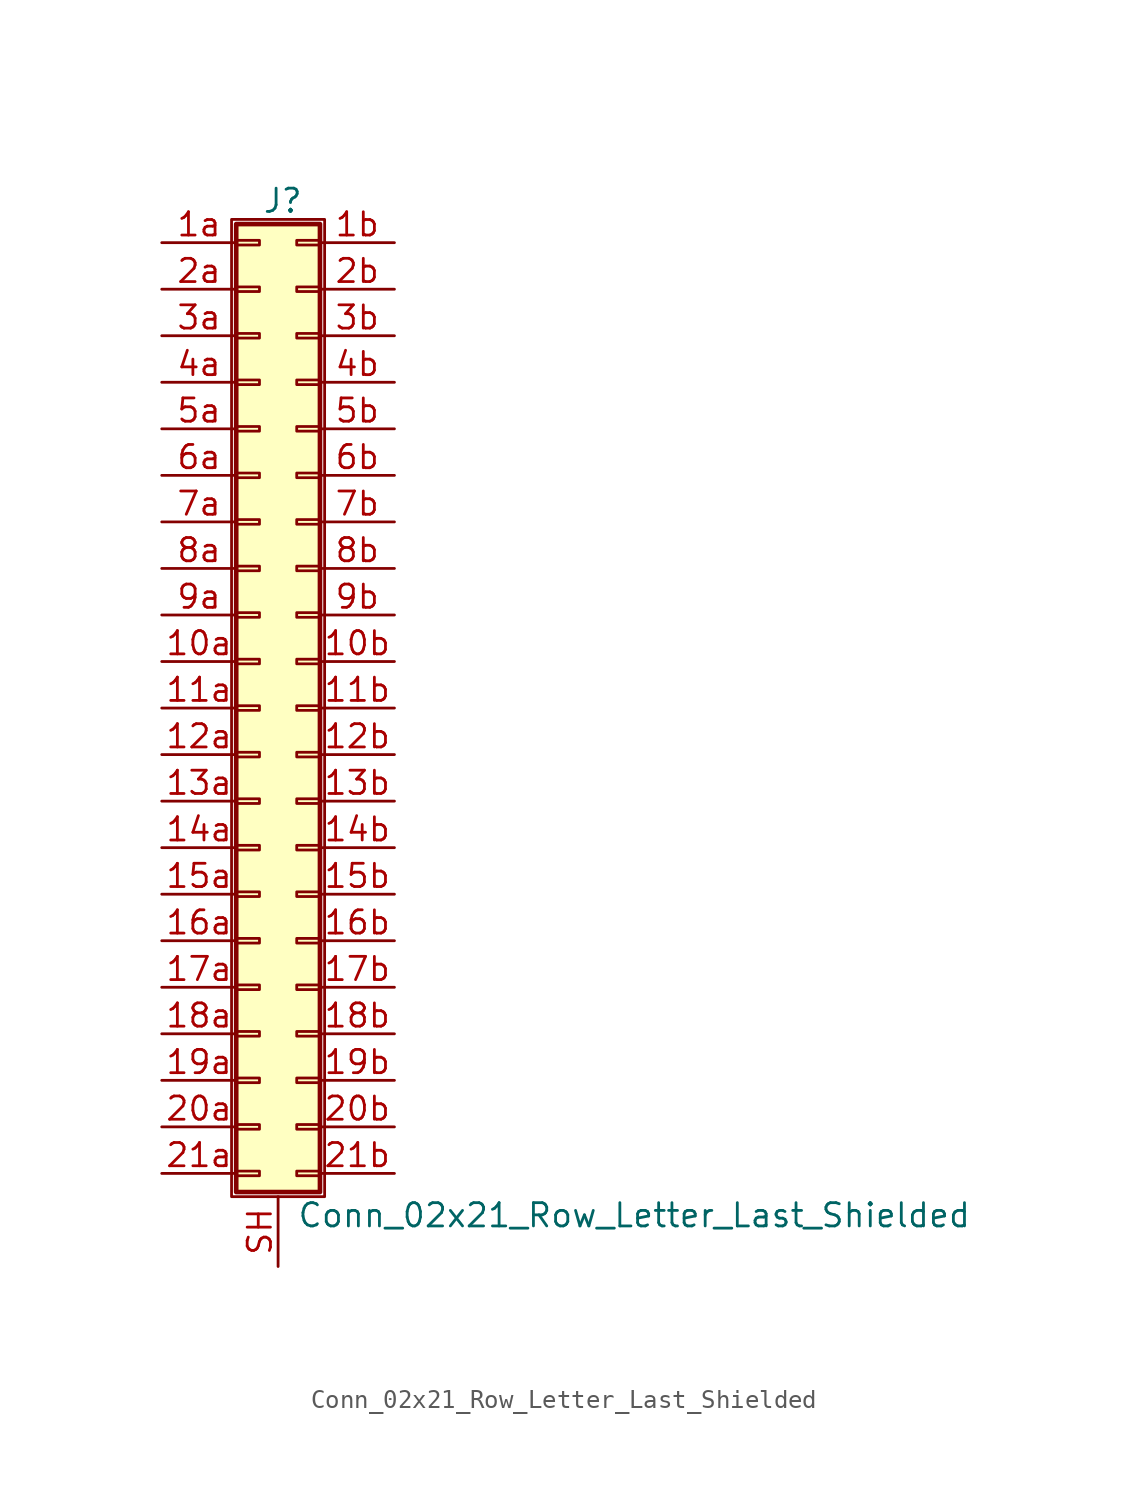
<source format=kicad_sym>
(kicad_symbol_lib
  (version 20211014)
  (generator kicad_symbol_editor)
  (symbol "Conn_02x21_Row_Letter_Last_Shielded"
    (pin_names
      (offset 1.016) hide)
    (property "Reference" "J"
      (at 1.524 27.686 0)
      (effects (font (size 1.27 1.27))))
    (property "Value" "Conn_02x21_Row_Letter_Last_Shielded"
      (at 2.286 -27.686 0)
      (effects (font (size 1.27 1.27)) (justify left)))
    (symbol "Conn_02x21_Row_Letter_Last_Shielded_1_1"
      (rectangle (start -1.27 26.67) (end 3.81 -26.67) (stroke (width 0.152) (type default) (color 0 0 0 0)) (fill (type none)))
      (rectangle (start -1.016 -25.273) (end 0.254 -25.527) (stroke (width 0.152) (type default) (color 0 0 0 0)) (fill (type none)))
      (rectangle (start -1.016 -22.733) (end 0.254 -22.987) (stroke (width 0.152) (type default) (color 0 0 0 0)) (fill (type none)))
      (rectangle (start -1.016 -20.193) (end 0.254 -20.447) (stroke (width 0.152) (type default) (color 0 0 0 0)) (fill (type none)))
      (rectangle (start -1.016 -17.653) (end 0.254 -17.907) (stroke (width 0.152) (type default) (color 0 0 0 0)) (fill (type none)))
      (rectangle (start -1.016 -15.113) (end 0.254 -15.367) (stroke (width 0.152) (type default) (color 0 0 0 0)) (fill (type none)))
      (rectangle (start -1.016 -12.573) (end 0.254 -12.827) (stroke (width 0.152) (type default) (color 0 0 0 0)) (fill (type none)))
      (rectangle (start -1.016 -10.033) (end 0.254 -10.287) (stroke (width 0.152) (type default) (color 0 0 0 0)) (fill (type none)))
      (rectangle (start -1.016 -7.493) (end 0.254 -7.747) (stroke (width 0.152) (type default) (color 0 0 0 0)) (fill (type none)))
      (rectangle (start -1.016 -4.953) (end 0.254 -5.207) (stroke (width 0.152) (type default) (color 0 0 0 0)) (fill (type none)))
      (rectangle (start -1.016 -2.413) (end 0.254 -2.667) (stroke (width 0.152) (type default) (color 0 0 0 0)) (fill (type none)))
      (rectangle (start -1.016 0.127) (end 0.254 -0.127) (stroke (width 0.152) (type default) (color 0 0 0 0)) (fill (type none)))
      (rectangle (start -1.016 2.667) (end 0.254 2.413) (stroke (width 0.152) (type default) (color 0 0 0 0)) (fill (type none)))
      (rectangle (start -1.016 5.207) (end 0.254 4.953) (stroke (width 0.152) (type default) (color 0 0 0 0)) (fill (type none)))
      (rectangle (start -1.016 7.747) (end 0.254 7.493) (stroke (width 0.152) (type default) (color 0 0 0 0)) (fill (type none)))
      (rectangle (start -1.016 10.287) (end 0.254 10.033) (stroke (width 0.152) (type default) (color 0 0 0 0)) (fill (type none)))
      (rectangle (start -1.016 12.827) (end 0.254 12.573) (stroke (width 0.152) (type default) (color 0 0 0 0)) (fill (type none)))
      (rectangle (start -1.016 15.367) (end 0.254 15.113) (stroke (width 0.152) (type default) (color 0 0 0 0)) (fill (type none)))
      (rectangle (start -1.016 17.907) (end 0.254 17.653) (stroke (width 0.152) (type default) (color 0 0 0 0)) (fill (type none)))
      (rectangle (start -1.016 20.447) (end 0.254 20.193) (stroke (width 0.152) (type default) (color 0 0 0 0)) (fill (type none)))
      (rectangle (start -1.016 22.987) (end 0.254 22.733) (stroke (width 0.152) (type default) (color 0 0 0 0)) (fill (type none)))
      (rectangle (start -1.016 25.527) (end 0.254 25.273) (stroke (width 0.152) (type default) (color 0 0 0 0)) (fill (type none)))
      (rectangle (start -1.016 26.416) (end 3.556 -26.416) (stroke (width 0.254) (type default) (color 0 0 0 0)) (fill (type background)))
      (rectangle (start 3.556 -25.273) (end 2.286 -25.527) (stroke (width 0.152) (type default) (color 0 0 0 0)) (fill (type none)))
      (rectangle (start 3.556 -22.733) (end 2.286 -22.987) (stroke (width 0.152) (type default) (color 0 0 0 0)) (fill (type none)))
      (rectangle (start 3.556 -20.193) (end 2.286 -20.447) (stroke (width 0.152) (type default) (color 0 0 0 0)) (fill (type none)))
      (rectangle (start 3.556 -17.653) (end 2.286 -17.907) (stroke (width 0.152) (type default) (color 0 0 0 0)) (fill (type none)))
      (rectangle (start 3.556 -15.113) (end 2.286 -15.367) (stroke (width 0.152) (type default) (color 0 0 0 0)) (fill (type none)))
      (rectangle (start 3.556 -12.573) (end 2.286 -12.827) (stroke (width 0.152) (type default) (color 0 0 0 0)) (fill (type none)))
      (rectangle (start 3.556 -10.033) (end 2.286 -10.287) (stroke (width 0.152) (type default) (color 0 0 0 0)) (fill (type none)))
      (rectangle (start 3.556 -7.493) (end 2.286 -7.747) (stroke (width 0.152) (type default) (color 0 0 0 0)) (fill (type none)))
      (rectangle (start 3.556 -4.953) (end 2.286 -5.207) (stroke (width 0.152) (type default) (color 0 0 0 0)) (fill (type none)))
      (rectangle (start 3.556 -2.413) (end 2.286 -2.667) (stroke (width 0.152) (type default) (color 0 0 0 0)) (fill (type none)))
      (rectangle (start 3.556 0.127) (end 2.286 -0.127) (stroke (width 0.152) (type default) (color 0 0 0 0)) (fill (type none)))
      (rectangle (start 3.556 2.667) (end 2.286 2.413) (stroke (width 0.152) (type default) (color 0 0 0 0)) (fill (type none)))
      (rectangle (start 3.556 5.207) (end 2.286 4.953) (stroke (width 0.152) (type default) (color 0 0 0 0)) (fill (type none)))
      (rectangle (start 3.556 7.747) (end 2.286 7.493) (stroke (width 0.152) (type default) (color 0 0 0 0)) (fill (type none)))
      (rectangle (start 3.556 10.287) (end 2.286 10.033) (stroke (width 0.152) (type default) (color 0 0 0 0)) (fill (type none)))
      (rectangle (start 3.556 12.827) (end 2.286 12.573) (stroke (width 0.152) (type default) (color 0 0 0 0)) (fill (type none)))
      (rectangle (start 3.556 15.367) (end 2.286 15.113) (stroke (width 0.152) (type default) (color 0 0 0 0)) (fill (type none)))
      (rectangle (start 3.556 17.907) (end 2.286 17.653) (stroke (width 0.152) (type default) (color 0 0 0 0)) (fill (type none)))
      (rectangle (start 3.556 20.447) (end 2.286 20.193) (stroke (width 0.152) (type default) (color 0 0 0 0)) (fill (type none)))
      (rectangle (start 3.556 22.987) (end 2.286 22.733) (stroke (width 0.152) (type default) (color 0 0 0 0)) (fill (type none)))
      (rectangle (start 3.556 25.527) (end 2.286 25.273) (stroke (width 0.152) (type default) (color 0 0 0 0)) (fill (type none)))
      (pin passive line (at -5.08 2.54 0) (length 4.064) (name "Pin_10a" (effects (font (size 1.27 1.27)))) (number "10a" (effects (font (size 1.27 1.27)))))
      (pin passive line (at 7.62 2.54 180) (length 4.064) (name "Pin_10b" (effects (font (size 1.27 1.27)))) (number "10b" (effects (font (size 1.27 1.27)))))
      (pin passive line (at -5.08 0 0) (length 4.064) (name "Pin_11a" (effects (font (size 1.27 1.27)))) (number "11a" (effects (font (size 1.27 1.27)))))
      (pin passive line (at 7.62 0 180) (length 4.064) (name "Pin_11b" (effects (font (size 1.27 1.27)))) (number "11b" (effects (font (size 1.27 1.27)))))
      (pin passive line (at -5.08 -2.54 0) (length 4.064) (name "Pin_12a" (effects (font (size 1.27 1.27)))) (number "12a" (effects (font (size 1.27 1.27)))))
      (pin passive line (at 7.62 -2.54 180) (length 4.064) (name "Pin_12b" (effects (font (size 1.27 1.27)))) (number "12b" (effects (font (size 1.27 1.27)))))
      (pin passive line (at -5.08 -5.08 0) (length 4.064) (name "Pin_13a" (effects (font (size 1.27 1.27)))) (number "13a" (effects (font (size 1.27 1.27)))))
      (pin passive line (at 7.62 -5.08 180) (length 4.064) (name "Pin_13b" (effects (font (size 1.27 1.27)))) (number "13b" (effects (font (size 1.27 1.27)))))
      (pin passive line (at -5.08 -7.62 0) (length 4.064) (name "Pin_14a" (effects (font (size 1.27 1.27)))) (number "14a" (effects (font (size 1.27 1.27)))))
      (pin passive line (at 7.62 -7.62 180) (length 4.064) (name "Pin_14b" (effects (font (size 1.27 1.27)))) (number "14b" (effects (font (size 1.27 1.27)))))
      (pin passive line (at -5.08 -10.16 0) (length 4.064) (name "Pin_15a" (effects (font (size 1.27 1.27)))) (number "15a" (effects (font (size 1.27 1.27)))))
      (pin passive line (at 7.62 -10.16 180) (length 4.064) (name "Pin_15b" (effects (font (size 1.27 1.27)))) (number "15b" (effects (font (size 1.27 1.27)))))
      (pin passive line (at -5.08 -12.7 0) (length 4.064) (name "Pin_16a" (effects (font (size 1.27 1.27)))) (number "16a" (effects (font (size 1.27 1.27)))))
      (pin passive line (at 7.62 -12.7 180) (length 4.064) (name "Pin_16b" (effects (font (size 1.27 1.27)))) (number "16b" (effects (font (size 1.27 1.27)))))
      (pin passive line (at -5.08 -15.24 0) (length 4.064) (name "Pin_17a" (effects (font (size 1.27 1.27)))) (number "17a" (effects (font (size 1.27 1.27)))))
      (pin passive line (at 7.62 -15.24 180) (length 4.064) (name "Pin_17b" (effects (font (size 1.27 1.27)))) (number "17b" (effects (font (size 1.27 1.27)))))
      (pin passive line (at -5.08 -17.78 0) (length 4.064) (name "Pin_18a" (effects (font (size 1.27 1.27)))) (number "18a" (effects (font (size 1.27 1.27)))))
      (pin passive line (at 7.62 -17.78 180) (length 4.064) (name "Pin_18b" (effects (font (size 1.27 1.27)))) (number "18b" (effects (font (size 1.27 1.27)))))
      (pin passive line (at -5.08 -20.32 0) (length 4.064) (name "Pin_19a" (effects (font (size 1.27 1.27)))) (number "19a" (effects (font (size 1.27 1.27)))))
      (pin passive line (at 7.62 -20.32 180) (length 4.064) (name "Pin_19b" (effects (font (size 1.27 1.27)))) (number "19b" (effects (font (size 1.27 1.27)))))
      (pin passive line (at -5.08 25.4 0) (length 4.064) (name "Pin_1a" (effects (font (size 1.27 1.27)))) (number "1a" (effects (font (size 1.27 1.27)))))
      (pin passive line (at 7.62 25.4 180) (length 4.064) (name "Pin_1b" (effects (font (size 1.27 1.27)))) (number "1b" (effects (font (size 1.27 1.27)))))
      (pin passive line (at -5.08 -22.86 0) (length 4.064) (name "Pin_20a" (effects (font (size 1.27 1.27)))) (number "20a" (effects (font (size 1.27 1.27)))))
      (pin passive line (at 7.62 -22.86 180) (length 4.064) (name "Pin_20b" (effects (font (size 1.27 1.27)))) (number "20b" (effects (font (size 1.27 1.27)))))
      (pin passive line (at -5.08 -25.4 0) (length 4.064) (name "Pin_21a" (effects (font (size 1.27 1.27)))) (number "21a" (effects (font (size 1.27 1.27)))))
      (pin passive line (at 7.62 -25.4 180) (length 4.064) (name "Pin_21b" (effects (font (size 1.27 1.27)))) (number "21b" (effects (font (size 1.27 1.27)))))
      (pin passive line (at -5.08 22.86 0) (length 4.064) (name "Pin_2a" (effects (font (size 1.27 1.27)))) (number "2a" (effects (font (size 1.27 1.27)))))
      (pin passive line (at 7.62 22.86 180) (length 4.064) (name "Pin_2b" (effects (font (size 1.27 1.27)))) (number "2b" (effects (font (size 1.27 1.27)))))
      (pin passive line (at -5.08 20.32 0) (length 4.064) (name "Pin_3a" (effects (font (size 1.27 1.27)))) (number "3a" (effects (font (size 1.27 1.27)))))
      (pin passive line (at 7.62 20.32 180) (length 4.064) (name "Pin_3b" (effects (font (size 1.27 1.27)))) (number "3b" (effects (font (size 1.27 1.27)))))
      (pin passive line (at -5.08 17.78 0) (length 4.064) (name "Pin_4a" (effects (font (size 1.27 1.27)))) (number "4a" (effects (font (size 1.27 1.27)))))
      (pin passive line (at 7.62 17.78 180) (length 4.064) (name "Pin_4b" (effects (font (size 1.27 1.27)))) (number "4b" (effects (font (size 1.27 1.27)))))
      (pin passive line (at -5.08 15.24 0) (length 4.064) (name "Pin_5a" (effects (font (size 1.27 1.27)))) (number "5a" (effects (font (size 1.27 1.27)))))
      (pin passive line (at 7.62 15.24 180) (length 4.064) (name "Pin_5b" (effects (font (size 1.27 1.27)))) (number "5b" (effects (font (size 1.27 1.27)))))
      (pin passive line (at -5.08 12.7 0) (length 4.064) (name "Pin_6a" (effects (font (size 1.27 1.27)))) (number "6a" (effects (font (size 1.27 1.27)))))
      (pin passive line (at 7.62 12.7 180) (length 4.064) (name "Pin_6b" (effects (font (size 1.27 1.27)))) (number "6b" (effects (font (size 1.27 1.27)))))
      (pin passive line (at -5.08 10.16 0) (length 4.064) (name "Pin_7a" (effects (font (size 1.27 1.27)))) (number "7a" (effects (font (size 1.27 1.27)))))
      (pin passive line (at 7.62 10.16 180) (length 4.064) (name "Pin_7b" (effects (font (size 1.27 1.27)))) (number "7b" (effects (font (size 1.27 1.27)))))
      (pin passive line (at -5.08 7.62 0) (length 4.064) (name "Pin_8a" (effects (font (size 1.27 1.27)))) (number "8a" (effects (font (size 1.27 1.27)))))
      (pin passive line (at 7.62 7.62 180) (length 4.064) (name "Pin_8b" (effects (font (size 1.27 1.27)))) (number "8b" (effects (font (size 1.27 1.27)))))
      (pin passive line (at -5.08 5.08 0) (length 4.064) (name "Pin_9a" (effects (font (size 1.27 1.27)))) (number "9a" (effects (font (size 1.27 1.27)))))
      (pin passive line (at 7.62 5.08 180) (length 4.064) (name "Pin_9b" (effects (font (size 1.27 1.27)))) (number "9b" (effects (font (size 1.27 1.27)))))
      (pin passive line (at 1.27 -30.48 90) (length 3.81) (name "Shield" (effects (font (size 1.27 1.27)))) (number "SH" (effects (font (size 1.27 1.27))))))))
</source>
